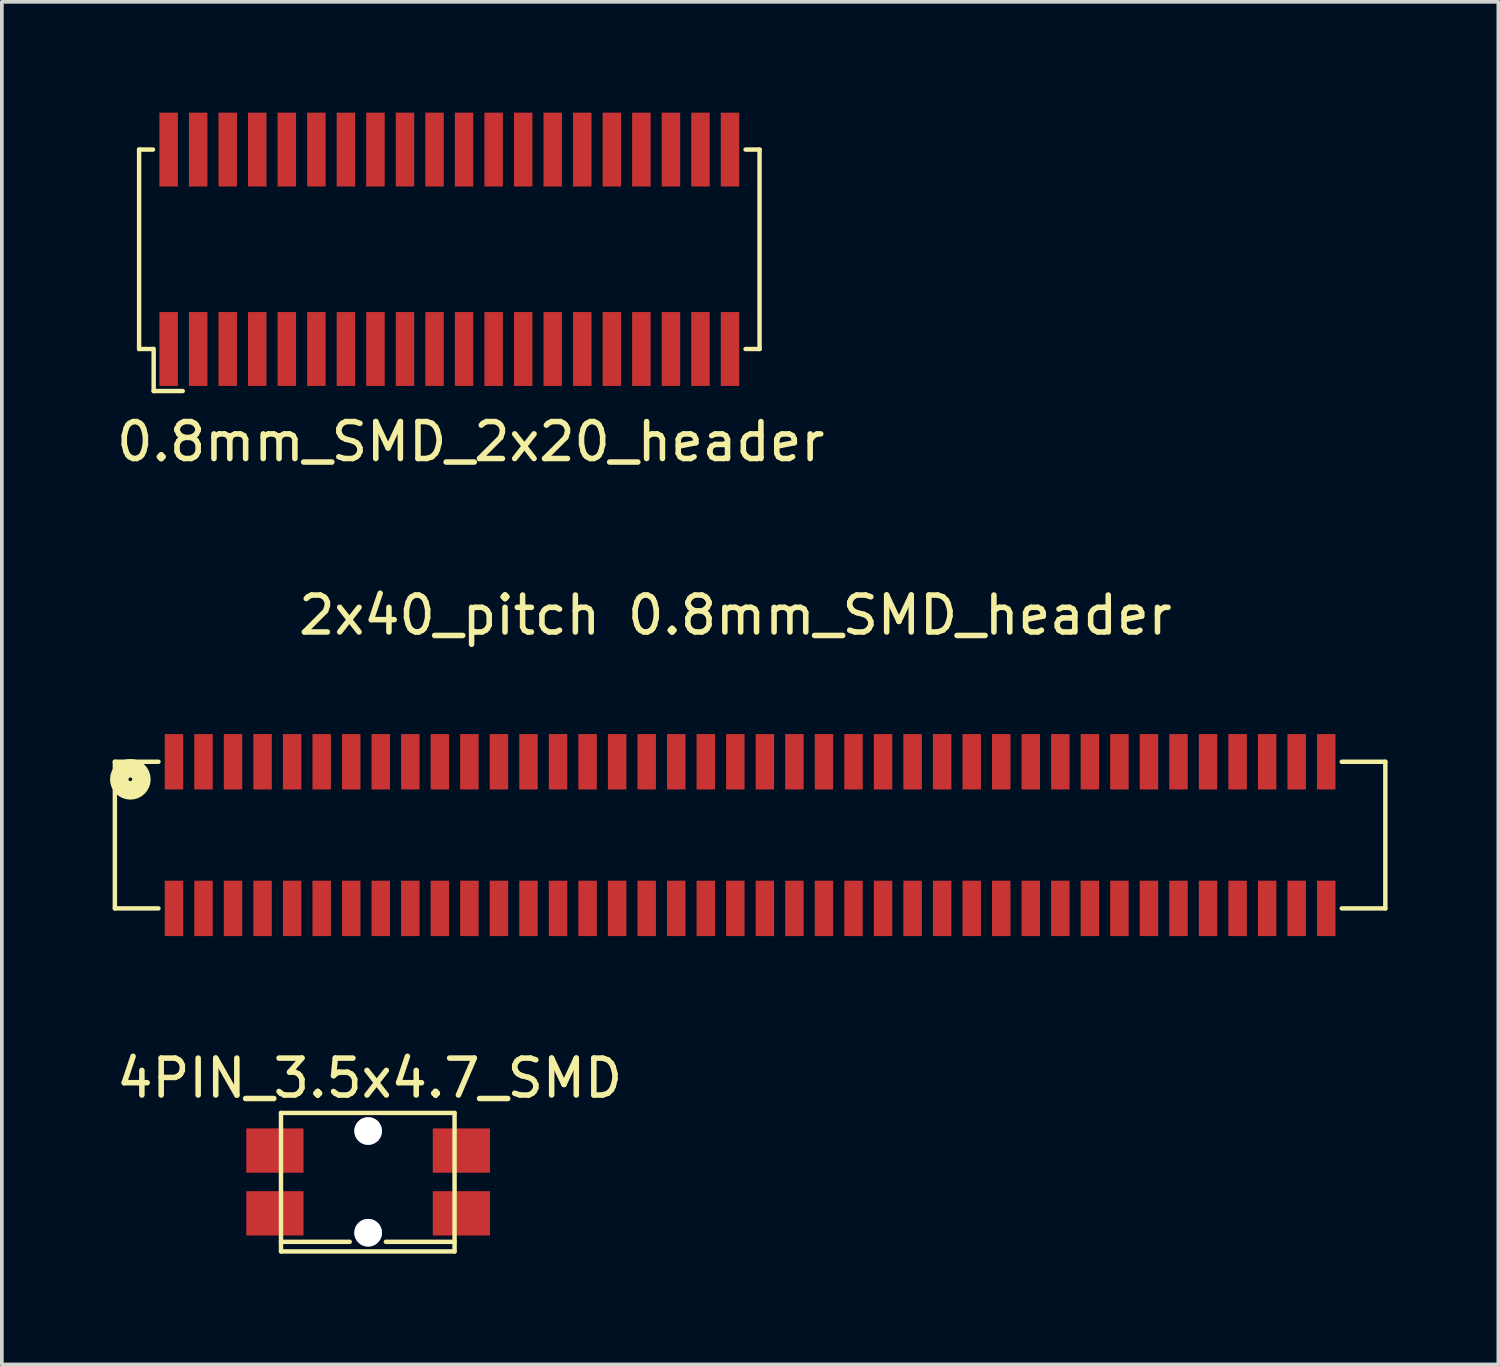
<source format=kicad_pcb>
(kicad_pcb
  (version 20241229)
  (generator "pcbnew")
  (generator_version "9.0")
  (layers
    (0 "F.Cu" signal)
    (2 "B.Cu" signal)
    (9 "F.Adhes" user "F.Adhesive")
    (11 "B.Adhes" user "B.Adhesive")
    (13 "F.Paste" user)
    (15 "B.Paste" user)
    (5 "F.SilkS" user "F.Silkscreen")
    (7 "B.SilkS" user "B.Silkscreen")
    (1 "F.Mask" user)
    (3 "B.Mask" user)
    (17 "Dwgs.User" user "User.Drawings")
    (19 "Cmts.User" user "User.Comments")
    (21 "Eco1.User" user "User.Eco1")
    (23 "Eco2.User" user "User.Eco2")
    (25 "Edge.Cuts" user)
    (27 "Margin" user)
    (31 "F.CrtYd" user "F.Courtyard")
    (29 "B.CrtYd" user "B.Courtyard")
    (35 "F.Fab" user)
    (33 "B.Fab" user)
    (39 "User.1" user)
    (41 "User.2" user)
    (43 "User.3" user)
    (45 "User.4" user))
  (footprint "2x40_pitch 0.8mm_SMD_header"
    (layer "F.Cu")
    (at 16.862 19.702)
    (property "Reference" "2x40_pitch 0.8mm_SMD_header" (at 0 -6.096 0) (layer "F.SilkS") (effects (font (size 1 1) (thickness 0.15))))
    (attr through_hole)
    (fp_line (start -16.802 -2.126) (end -15.621 -2.126) (stroke (width 0.12) (type solid)) (layer "F.SilkS"))
    (fp_line (start -16.802 1.844) (end -16.802 -2.126) (stroke (width 0.12) (type solid)) (layer "F.SilkS"))
    (fp_line (start -16.802 1.844) (end -15.621 1.844) (stroke (width 0.12) (type solid)) (layer "F.SilkS"))
    (fp_line (start 16.417 -2.126) (end 17.598 -2.126) (stroke (width 0.12) (type solid)) (layer "F.SilkS"))
    (fp_line (start 16.417 1.844) (end 17.598 1.844) (stroke (width 0.12) (type solid)) (layer "F.SilkS"))
    (fp_line (start 17.598 -2.126) (end 17.598 1.844) (stroke (width 0.12) (type solid)) (layer "F.SilkS"))
    (fp_circle (center -16.383 -1.651) (end -16.333 -1.651) (stroke (width 0.5) (type solid)) (fill no) (layer "F.SilkS"))
    (pad "1" smd rect (at -15.202 -2.126) (size 0.5 1.5) (layers "F.Cu" "F.Mask" "F.Paste"))
    (pad "2" smd rect (at -15.202 1.844) (size 0.5 1.5) (layers "F.Cu" "F.Mask" "F.Paste"))
    (pad "3" smd rect (at -14.402 -2.126) (size 0.5 1.5) (layers "F.Cu" "F.Mask" "F.Paste"))
    (pad "4" smd rect (at -14.402 1.844) (size 0.5 1.5) (layers "F.Cu" "F.Mask" "F.Paste"))
    (pad "5" smd rect (at -13.602 -2.126) (size 0.5 1.5) (layers "F.Cu" "F.Mask" "F.Paste"))
    (pad "6" smd rect (at -13.602 1.844) (size 0.5 1.5) (layers "F.Cu" "F.Mask" "F.Paste"))
    (pad "7" smd rect (at -12.802 -2.126) (size 0.5 1.5) (layers "F.Cu" "F.Mask" "F.Paste"))
    (pad "8" smd rect (at -12.802 1.844) (size 0.5 1.5) (layers "F.Cu" "F.Mask" "F.Paste"))
    (pad "9" smd rect (at -12.002 -2.126) (size 0.5 1.5) (layers "F.Cu" "F.Mask" "F.Paste"))
    (pad "10" smd rect (at -12.002 1.844) (size 0.5 1.5) (layers "F.Cu" "F.Mask" "F.Paste"))
    (pad "11" smd rect (at -11.202 -2.126) (size 0.5 1.5) (layers "F.Cu" "F.Mask" "F.Paste"))
    (pad "12" smd rect (at -11.202 1.844) (size 0.5 1.5) (layers "F.Cu" "F.Mask" "F.Paste"))
    (pad "13" smd rect (at -10.402 -2.126) (size 0.5 1.5) (layers "F.Cu" "F.Mask" "F.Paste"))
    (pad "14" smd rect (at -10.402 1.844) (size 0.5 1.5) (layers "F.Cu" "F.Mask" "F.Paste"))
    (pad "15" smd rect (at -9.602 -2.126) (size 0.5 1.5) (layers "F.Cu" "F.Mask" "F.Paste"))
    (pad "16" smd rect (at -9.602 1.844) (size 0.5 1.5) (layers "F.Cu" "F.Mask" "F.Paste"))
    (pad "17" smd rect (at -8.802 -2.126) (size 0.5 1.5) (layers "F.Cu" "F.Mask" "F.Paste"))
    (pad "18" smd rect (at -8.802 1.844) (size 0.5 1.5) (layers "F.Cu" "F.Mask" "F.Paste"))
    (pad "19" smd rect (at -8.002 -2.126) (size 0.5 1.5) (layers "F.Cu" "F.Mask" "F.Paste"))
    (pad "20" smd rect (at -8.002 1.844) (size 0.5 1.5) (layers "F.Cu" "F.Mask" "F.Paste"))
    (pad "21" smd rect (at -7.202 -2.126) (size 0.5 1.5) (layers "F.Cu" "F.Mask" "F.Paste"))
    (pad "22" smd rect (at -7.202 1.844) (size 0.5 1.5) (layers "F.Cu" "F.Mask" "F.Paste"))
    (pad "23" smd rect (at -6.402 -2.126) (size 0.5 1.5) (layers "F.Cu" "F.Mask" "F.Paste"))
    (pad "24" smd rect (at -6.402 1.844) (size 0.5 1.5) (layers "F.Cu" "F.Mask" "F.Paste"))
    (pad "25" smd rect (at -5.602 -2.126) (size 0.5 1.5) (layers "F.Cu" "F.Mask" "F.Paste"))
    (pad "26" smd rect (at -5.602 1.844) (size 0.5 1.5) (layers "F.Cu" "F.Mask" "F.Paste"))
    (pad "27" smd rect (at -4.802 -2.126) (size 0.5 1.5) (layers "F.Cu" "F.Mask" "F.Paste"))
    (pad "28" smd rect (at -4.802 1.844) (size 0.5 1.5) (layers "F.Cu" "F.Mask" "F.Paste"))
    (pad "29" smd rect (at -4.002 -2.126) (size 0.5 1.5) (layers "F.Cu" "F.Mask" "F.Paste"))
    (pad "30" smd rect (at -4.002 1.844) (size 0.5 1.5) (layers "F.Cu" "F.Mask" "F.Paste"))
    (pad "31" smd rect (at -3.202 -2.126) (size 0.5 1.5) (layers "F.Cu" "F.Mask" "F.Paste"))
    (pad "32" smd rect (at -3.202 1.844) (size 0.5 1.5) (layers "F.Cu" "F.Mask" "F.Paste"))
    (pad "33" smd rect (at -2.402 -2.126) (size 0.5 1.5) (layers "F.Cu" "F.Mask" "F.Paste"))
    (pad "34" smd rect (at -2.402 1.844) (size 0.5 1.5) (layers "F.Cu" "F.Mask" "F.Paste"))
    (pad "35" smd rect (at -1.602 -2.126) (size 0.5 1.5) (layers "F.Cu" "F.Mask" "F.Paste"))
    (pad "36" smd rect (at -1.602 1.844) (size 0.5 1.5) (layers "F.Cu" "F.Mask" "F.Paste"))
    (pad "37" smd rect (at -0.802 -2.126) (size 0.5 1.5) (layers "F.Cu" "F.Mask" "F.Paste"))
    (pad "38" smd rect (at -0.802 1.844) (size 0.5 1.5) (layers "F.Cu" "F.Mask" "F.Paste"))
    (pad "39" smd rect (at -0.002 -2.126) (size 0.5 1.5) (layers "F.Cu" "F.Mask" "F.Paste"))
    (pad "40" smd rect (at -0.002 1.844) (size 0.5 1.5) (layers "F.Cu" "F.Mask" "F.Paste"))
    (pad "41" smd rect (at 0.798 -2.126) (size 0.5 1.5) (layers "F.Cu" "F.Mask" "F.Paste"))
    (pad "42" smd rect (at 0.798 1.844) (size 0.5 1.5) (layers "F.Cu" "F.Mask" "F.Paste"))
    (pad "43" smd rect (at 1.598 -2.126) (size 0.5 1.5) (layers "F.Cu" "F.Mask" "F.Paste"))
    (pad "44" smd rect (at 1.598 1.844) (size 0.5 1.5) (layers "F.Cu" "F.Mask" "F.Paste"))
    (pad "45" smd rect (at 2.398 -2.126) (size 0.5 1.5) (layers "F.Cu" "F.Mask" "F.Paste"))
    (pad "46" smd rect (at 2.398 1.844) (size 0.5 1.5) (layers "F.Cu" "F.Mask" "F.Paste"))
    (pad "47" smd rect (at 3.198 -2.126) (size 0.5 1.5) (layers "F.Cu" "F.Mask" "F.Paste"))
    (pad "48" smd rect (at 3.198 1.844) (size 0.5 1.5) (layers "F.Cu" "F.Mask" "F.Paste"))
    (pad "49" smd rect (at 3.998 -2.126) (size 0.5 1.5) (layers "F.Cu" "F.Mask" "F.Paste"))
    (pad "50" smd rect (at 3.998 1.844) (size 0.5 1.5) (layers "F.Cu" "F.Mask" "F.Paste"))
    (pad "51" smd rect (at 4.798 -2.126) (size 0.5 1.5) (layers "F.Cu" "F.Mask" "F.Paste"))
    (pad "52" smd rect (at 4.798 1.844) (size 0.5 1.5) (layers "F.Cu" "F.Mask" "F.Paste"))
    (pad "53" smd rect (at 5.598 -2.126) (size 0.5 1.5) (layers "F.Cu" "F.Mask" "F.Paste"))
    (pad "54" smd rect (at 5.598 1.844) (size 0.5 1.5) (layers "F.Cu" "F.Mask" "F.Paste"))
    (pad "55" smd rect (at 6.398 -2.126) (size 0.5 1.5) (layers "F.Cu" "F.Mask" "F.Paste"))
    (pad "56" smd rect (at 6.398 1.844) (size 0.5 1.5) (layers "F.Cu" "F.Mask" "F.Paste"))
    (pad "57" smd rect (at 7.198 -2.126) (size 0.5 1.5) (layers "F.Cu" "F.Mask" "F.Paste"))
    (pad "58" smd rect (at 7.198 1.844) (size 0.5 1.5) (layers "F.Cu" "F.Mask" "F.Paste"))
    (pad "59" smd rect (at 7.998 -2.126) (size 0.5 1.5) (layers "F.Cu" "F.Mask" "F.Paste"))
    (pad "60" smd rect (at 7.998 1.844) (size 0.5 1.5) (layers "F.Cu" "F.Mask" "F.Paste"))
    (pad "61" smd rect (at 8.798 -2.126) (size 0.5 1.5) (layers "F.Cu" "F.Mask" "F.Paste"))
    (pad "62" smd rect (at 8.798 1.844) (size 0.5 1.5) (layers "F.Cu" "F.Mask" "F.Paste"))
    (pad "63" smd rect (at 9.598 -2.126) (size 0.5 1.5) (layers "F.Cu" "F.Mask" "F.Paste"))
    (pad "64" smd rect (at 9.598 1.844) (size 0.5 1.5) (layers "F.Cu" "F.Mask" "F.Paste"))
    (pad "65" smd rect (at 10.398 -2.126) (size 0.5 1.5) (layers "F.Cu" "F.Mask" "F.Paste"))
    (pad "66" smd rect (at 10.398 1.844) (size 0.5 1.5) (layers "F.Cu" "F.Mask" "F.Paste"))
    (pad "67" smd rect (at 11.198 -2.126) (size 0.5 1.5) (layers "F.Cu" "F.Mask" "F.Paste"))
    (pad "68" smd rect (at 11.198 1.844) (size 0.5 1.5) (layers "F.Cu" "F.Mask" "F.Paste"))
    (pad "69" smd rect (at 11.998 -2.126) (size 0.5 1.5) (layers "F.Cu" "F.Mask" "F.Paste"))
    (pad "70" smd rect (at 11.998 1.844) (size 0.5 1.5) (layers "F.Cu" "F.Mask" "F.Paste"))
    (pad "71" smd rect (at 12.798 -2.126) (size 0.5 1.5) (layers "F.Cu" "F.Mask" "F.Paste"))
    (pad "72" smd rect (at 12.798 1.844) (size 0.5 1.5) (layers "F.Cu" "F.Mask" "F.Paste"))
    (pad "73" smd rect (at 13.598 -2.126) (size 0.5 1.5) (layers "F.Cu" "F.Mask" "F.Paste"))
    (pad "74" smd rect (at 13.598 1.844) (size 0.5 1.5) (layers "F.Cu" "F.Mask" "F.Paste"))
    (pad "75" smd rect (at 14.398 -2.126) (size 0.5 1.5) (layers "F.Cu" "F.Mask" "F.Paste"))
    (pad "76" smd rect (at 14.398 1.844) (size 0.5 1.5) (layers "F.Cu" "F.Mask" "F.Paste"))
    (pad "77" smd rect (at 15.198 -2.126) (size 0.5 1.5) (layers "F.Cu" "F.Mask" "F.Paste"))
    (pad "78" smd rect (at 15.198 1.844) (size 0.5 1.5) (layers "F.Cu" "F.Mask" "F.Paste"))
    (pad "79" smd rect (at 15.998 -2.126) (size 0.5 1.5) (layers "F.Cu" "F.Mask" "F.Paste"))
    (pad "80" smd rect (at 15.998 1.844) (size 0.5 1.5) (layers "F.Cu" "F.Mask" "F.Paste")))
  (footprint "4PIN_3.5x4.7_SMD"
    (layer "F.Cu")
    (at 6.953 28.993)
    (property "Reference" "4PIN_3.5x4.7_SMD" (at 0.005 -2.849 0) (layer "F.SilkS") (effects (font (size 1 1) (thickness 0.15))))
    (attr through_hole)
    (fp_line (start -2.395 -1.909) (end 2.305 -1.909) (stroke (width 0.12) (type solid)) (layer "F.SilkS"))
    (fp_line (start -2.395 1.841) (end 2.305 1.841) (stroke (width 0.12) (type solid)) (layer "F.SilkS"))
    (fp_line (start -2.395 1.841) (end -2.395 -1.909) (stroke (width 0.12) (type solid)) (layer "F.SilkS"))
    (fp_line (start -0.535 1.581) (end -2.395 1.581) (stroke (width 0.12) (type solid)) (layer "F.SilkS"))
    (fp_line (start 0.445 1.581) (end 2.305 1.581) (stroke (width 0.12) (type solid)) (layer "F.SilkS"))
    (fp_line (start 2.305 1.841) (end 2.305 -1.909) (stroke (width 0.12) (type solid)) (layer "F.SilkS"))
    (pad "" thru_hole circle (at -0.035 -1.419 90) (size 0.75 0.75) (drill 0.75) (layers "*.Cu" "*.Mask"))
    (pad "" thru_hole circle (at -0.035 1.335 90) (size 0.75 0.75) (drill 0.75) (layers "*.Cu" "*.Mask"))
    (pad "1" smd rect (at -2.56 -0.89 90) (size 1.2 1.55) (layers "F.Cu" "F.Mask" "F.Paste"))
    (pad "2" smd rect (at 2.49 -0.89 90) (size 1.2 1.55) (layers "F.Cu" "F.Mask" "F.Paste"))
    (pad "3" smd rect (at -2.56 0.81 90) (size 1.2 1.55) (layers "F.Cu" "F.Mask" "F.Paste"))
    (pad "4" smd rect (at 2.49 0.81 90) (size 1.2 1.55) (layers "F.Cu" "F.Mask" "F.Paste")))
  (footprint "0.8mm_SMD_2x20_header"
    (layer "F.Cu")
    (at 9.112 3.906)
    (property "Reference" "0.8mm_SMD_2x20_header" (at 0.584 5.004 0) (layer "F.SilkS") (effects (font (size 1 1) (thickness 0.15))))
    (attr through_hole)
    (fp_line (start -8.396 -2.906) (end -8.396 2.494) (stroke (width 0.12) (type solid)) (layer "F.SilkS"))
    (fp_line (start -8.396 -2.906) (end -8.019 -2.906) (stroke (width 0.12) (type solid)) (layer "F.SilkS"))
    (fp_line (start -8.396 2.494) (end -8.019 2.494) (stroke (width 0.12) (type solid)) (layer "F.SilkS"))
    (fp_line (start -8.001 2.489) (end -8.001 3.632) (stroke (width 0.12) (type solid)) (layer "F.SilkS"))
    (fp_line (start -8.001 3.632) (end -7.214 3.632) (stroke (width 0.12) (type solid)) (layer "F.SilkS"))
    (fp_line (start 8.026 -2.906) (end 8.404 -2.906) (stroke (width 0.12) (type solid)) (layer "F.SilkS"))
    (fp_line (start 8.026 2.494) (end 8.404 2.494) (stroke (width 0.12) (type solid)) (layer "F.SilkS"))
    (fp_line (start 8.404 -2.906) (end 8.404 2.494) (stroke (width 0.12) (type solid)) (layer "F.SilkS"))
    (pad "1" smd rect (at -7.596 2.494) (size 0.5 2) (layers "F.Cu" "F.Mask" "F.Paste"))
    (pad "2" smd rect (at -7.596 -2.906) (size 0.5 2) (layers "F.Cu" "F.Mask" "F.Paste"))
    (pad "3" smd rect (at -6.796 2.494) (size 0.5 2) (layers "F.Cu" "F.Mask" "F.Paste"))
    (pad "4" smd rect (at -6.796 -2.906) (size 0.5 2) (layers "F.Cu" "F.Mask" "F.Paste"))
    (pad "5" smd rect (at -5.996 2.494) (size 0.5 2) (layers "F.Cu" "F.Mask" "F.Paste"))
    (pad "6" smd rect (at -5.996 -2.906) (size 0.5 2) (layers "F.Cu" "F.Mask" "F.Paste"))
    (pad "7" smd rect (at -5.196 2.494) (size 0.5 2) (layers "F.Cu" "F.Mask" "F.Paste"))
    (pad "8" smd rect (at -5.196 -2.906) (size 0.5 2) (layers "F.Cu" "F.Mask" "F.Paste"))
    (pad "9" smd rect (at -4.396 2.494) (size 0.5 2) (layers "F.Cu" "F.Mask" "F.Paste"))
    (pad "10" smd rect (at -4.396 -2.906) (size 0.5 2) (layers "F.Cu" "F.Mask" "F.Paste"))
    (pad "11" smd rect (at -3.596 2.494) (size 0.5 2) (layers "F.Cu" "F.Mask" "F.Paste"))
    (pad "12" smd rect (at -3.596 -2.906) (size 0.5 2) (layers "F.Cu" "F.Mask" "F.Paste"))
    (pad "13" smd rect (at -2.796 2.494) (size 0.5 2) (layers "F.Cu" "F.Mask" "F.Paste"))
    (pad "14" smd rect (at -2.796 -2.906) (size 0.5 2) (layers "F.Cu" "F.Mask" "F.Paste"))
    (pad "15" smd rect (at -1.996 2.494) (size 0.5 2) (layers "F.Cu" "F.Mask" "F.Paste"))
    (pad "16" smd rect (at -1.996 -2.906) (size 0.5 2) (layers "F.Cu" "F.Mask" "F.Paste"))
    (pad "17" smd rect (at -1.196 2.494) (size 0.5 2) (layers "F.Cu" "F.Mask" "F.Paste"))
    (pad "18" smd rect (at -1.196 -2.906) (size 0.5 2) (layers "F.Cu" "F.Mask" "F.Paste"))
    (pad "19" smd rect (at -0.396 2.494) (size 0.5 2) (layers "F.Cu" "F.Mask" "F.Paste"))
    (pad "20" smd rect (at -0.396 -2.906) (size 0.5 2) (layers "F.Cu" "F.Mask" "F.Paste"))
    (pad "21" smd rect (at 0.404 2.494) (size 0.5 2) (layers "F.Cu" "F.Mask" "F.Paste"))
    (pad "22" smd rect (at 0.404 -2.906) (size 0.5 2) (layers "F.Cu" "F.Mask" "F.Paste"))
    (pad "23" smd rect (at 1.204 2.494) (size 0.5 2) (layers "F.Cu" "F.Mask" "F.Paste"))
    (pad "24" smd rect (at 1.204 -2.906) (size 0.5 2) (layers "F.Cu" "F.Mask" "F.Paste"))
    (pad "25" smd rect (at 2.004 2.494) (size 0.5 2) (layers "F.Cu" "F.Mask" "F.Paste"))
    (pad "26" smd rect (at 2.004 -2.906) (size 0.5 2) (layers "F.Cu" "F.Mask" "F.Paste"))
    (pad "27" smd rect (at 2.804 2.494) (size 0.5 2) (layers "F.Cu" "F.Mask" "F.Paste"))
    (pad "28" smd rect (at 2.804 -2.906) (size 0.5 2) (layers "F.Cu" "F.Mask" "F.Paste"))
    (pad "29" smd rect (at 3.604 2.494) (size 0.5 2) (layers "F.Cu" "F.Mask" "F.Paste"))
    (pad "30" smd rect (at 3.604 -2.906) (size 0.5 2) (layers "F.Cu" "F.Mask" "F.Paste"))
    (pad "31" smd rect (at 4.404 2.494) (size 0.5 2) (layers "F.Cu" "F.Mask" "F.Paste"))
    (pad "32" smd rect (at 4.404 -2.906) (size 0.5 2) (layers "F.Cu" "F.Mask" "F.Paste"))
    (pad "33" smd rect (at 5.204 2.494) (size 0.5 2) (layers "F.Cu" "F.Mask" "F.Paste"))
    (pad "34" smd rect (at 5.204 -2.906) (size 0.5 2) (layers "F.Cu" "F.Mask" "F.Paste"))
    (pad "35" smd rect (at 6.004 2.494) (size 0.5 2) (layers "F.Cu" "F.Mask" "F.Paste"))
    (pad "36" smd rect (at 6.004 -2.906) (size 0.5 2) (layers "F.Cu" "F.Mask" "F.Paste"))
    (pad "37" smd rect (at 6.804 2.494) (size 0.5 2) (layers "F.Cu" "F.Mask" "F.Paste"))
    (pad "38" smd rect (at 6.804 -2.906) (size 0.5 2) (layers "F.Cu" "F.Mask" "F.Paste"))
    (pad "39" smd rect (at 7.604 2.494) (size 0.5 2) (layers "F.Cu" "F.Mask" "F.Paste"))
    (pad "40" smd rect (at 7.604 -2.906) (size 0.5 2) (layers "F.Cu" "F.Mask" "F.Paste")))
  (gr_rect
    (start -3 -3)
    (end 37.52 33.894)
    (stroke (width 0.1) (type default))
    (fill no)
    (layer "Edge.Cuts")))
</source>
